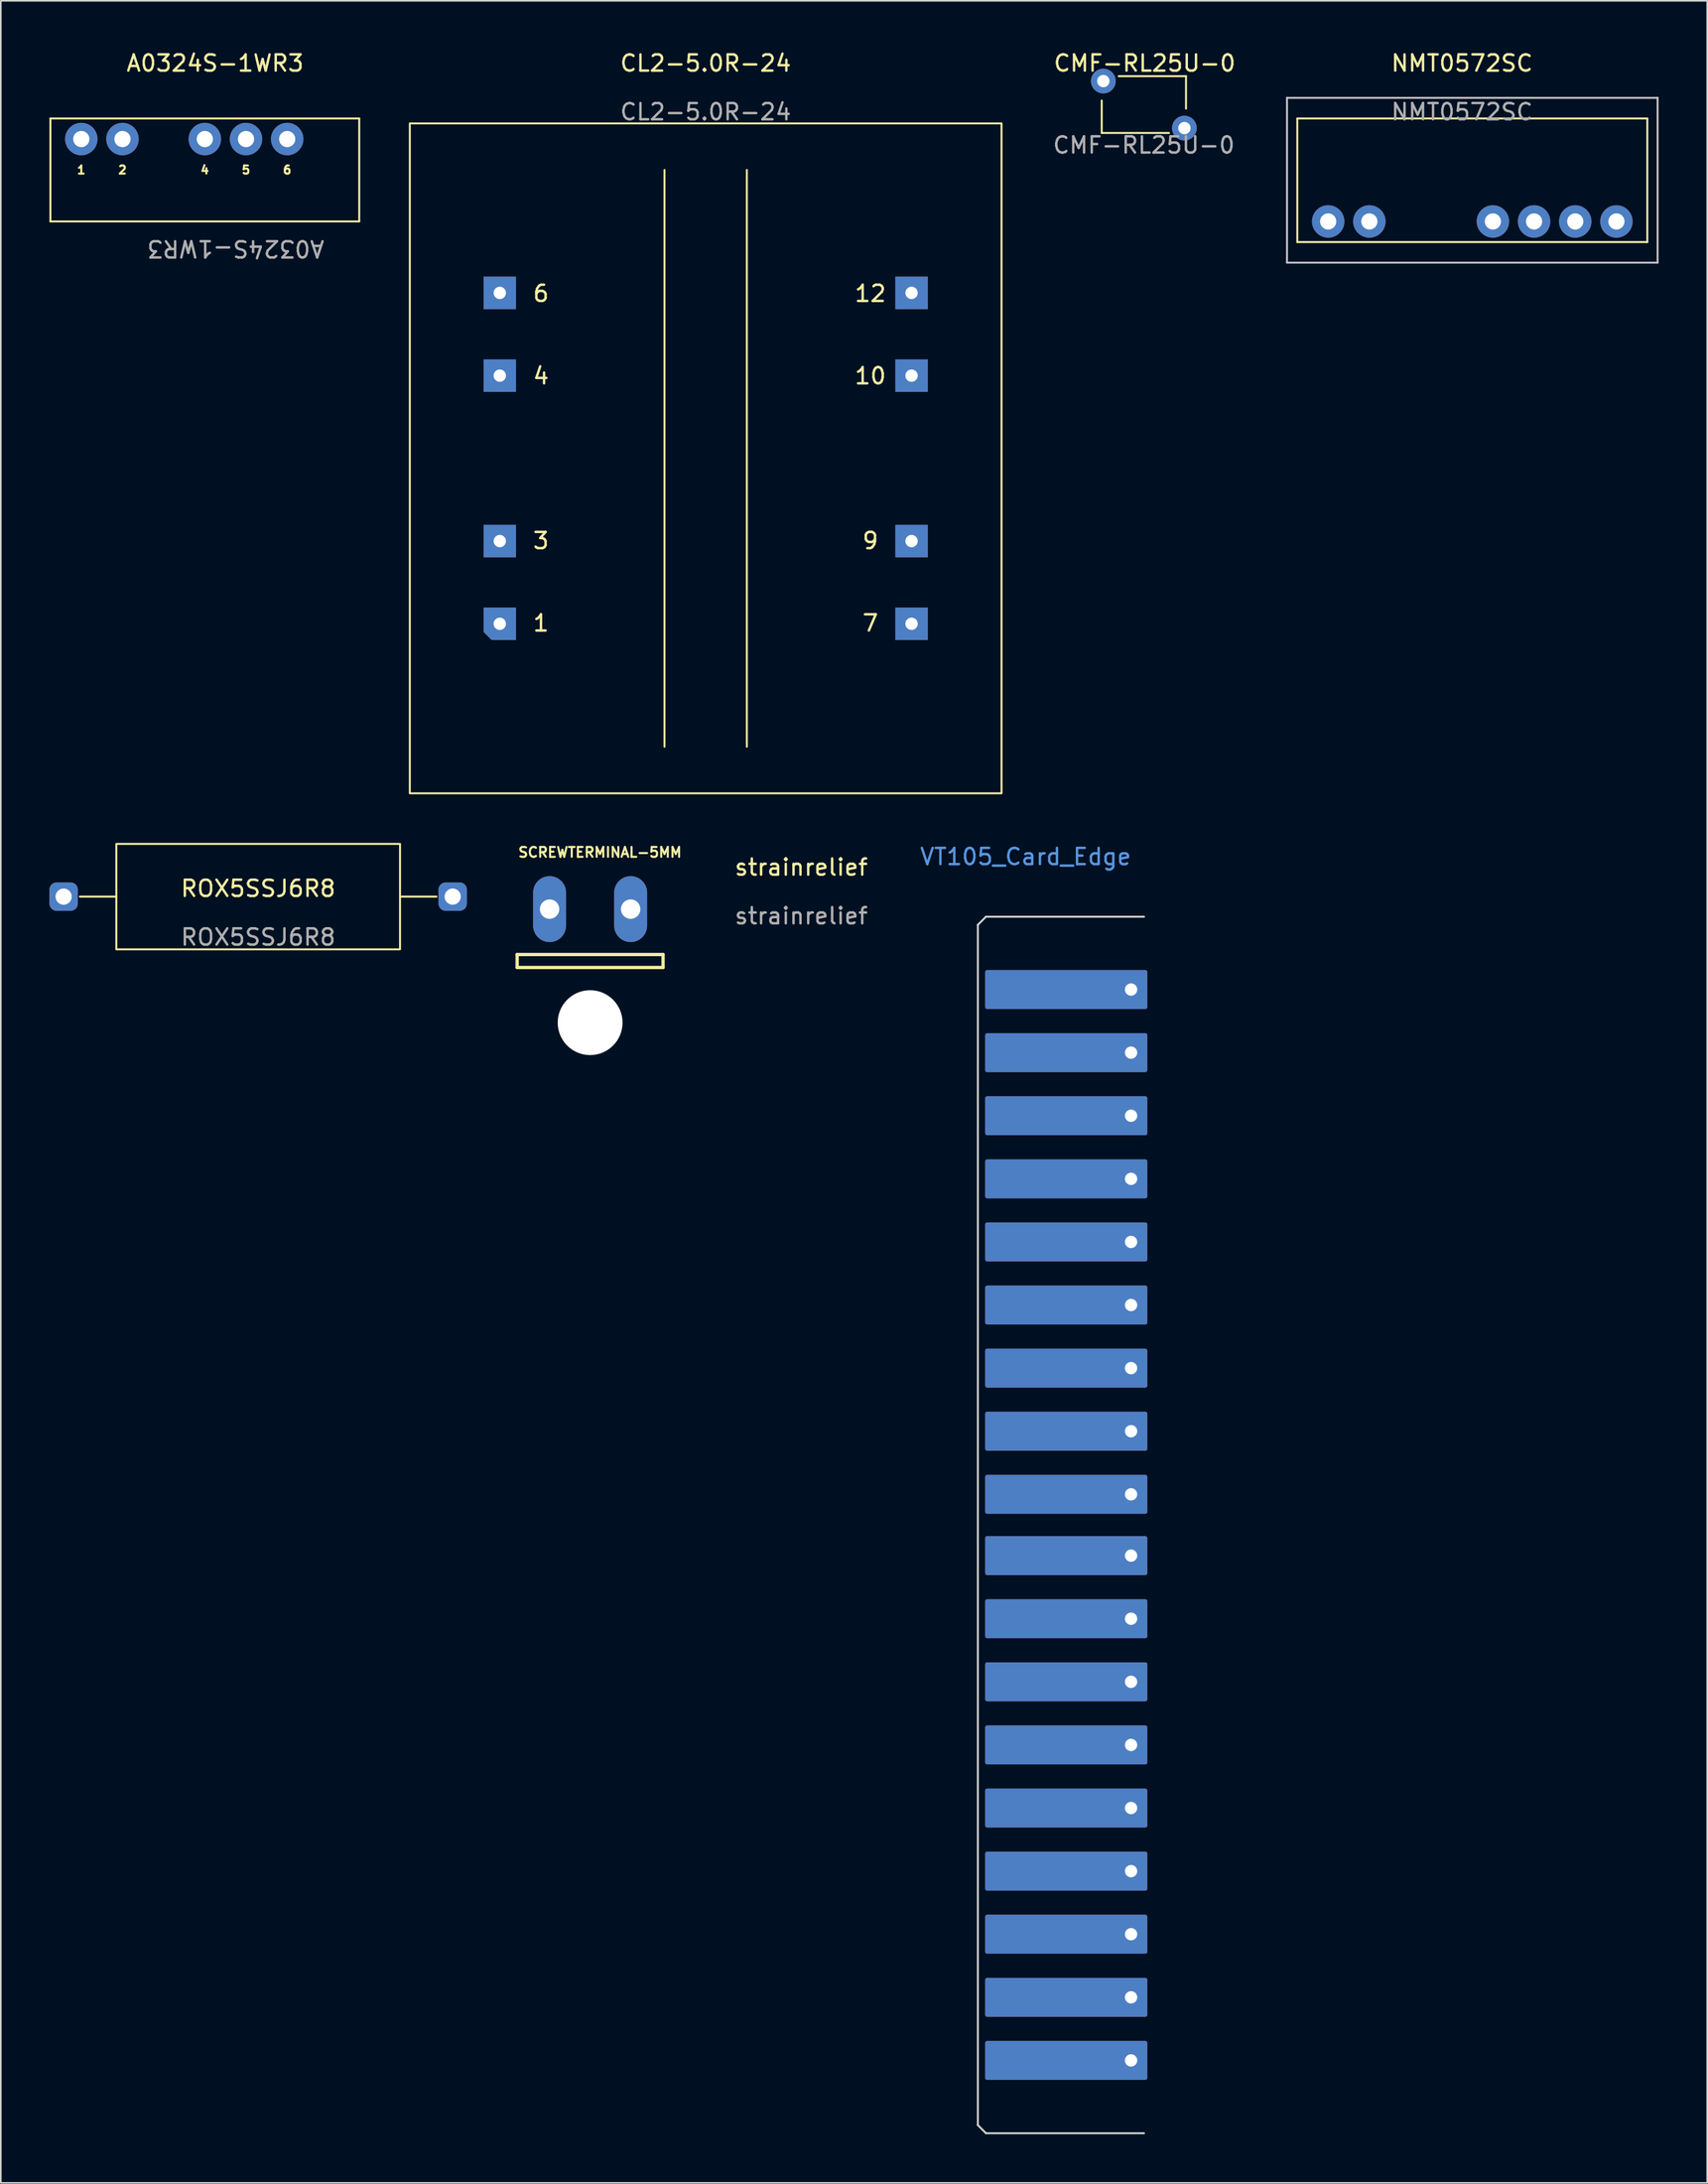
<source format=kicad_pcb>
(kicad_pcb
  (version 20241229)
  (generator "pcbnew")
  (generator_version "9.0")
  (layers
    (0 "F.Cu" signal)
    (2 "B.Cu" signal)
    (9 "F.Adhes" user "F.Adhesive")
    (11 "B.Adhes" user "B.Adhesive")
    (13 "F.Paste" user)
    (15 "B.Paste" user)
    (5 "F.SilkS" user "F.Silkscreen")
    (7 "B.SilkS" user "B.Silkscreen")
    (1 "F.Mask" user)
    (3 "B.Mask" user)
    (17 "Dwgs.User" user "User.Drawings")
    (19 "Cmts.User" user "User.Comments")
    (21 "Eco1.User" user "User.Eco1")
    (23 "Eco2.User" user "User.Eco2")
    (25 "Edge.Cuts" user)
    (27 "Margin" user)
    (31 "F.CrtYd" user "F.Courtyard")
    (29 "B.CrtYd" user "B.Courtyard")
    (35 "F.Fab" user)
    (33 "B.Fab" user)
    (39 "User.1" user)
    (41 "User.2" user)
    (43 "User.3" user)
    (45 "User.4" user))
  (footprint "strainrelief"
    (layer "F.Cu")
    (at 46.375 50.918)
    (property "Reference" "strainrelief" (at 0 -0.5 0) (unlocked yes) (layer "F.SilkS") (effects (font (size 1 1) (thickness 0.15))))
    (attr through_hole)
    (fp_text user "${REFERENCE}" (at 0 2.5 0) (unlocked yes) (layer "F.Fab") (effects (font (size 1 1) (thickness 0.15))))
    (pad "" np_thru_hole circle (at 0 0) (size 0.001 0.001) (drill oval 4) (layers "F.Cu")))
  (footprint "CL2-5.0R-24"
    (layer "F.Cu")
    (at 40.48 25.208)
    (property "Reference" "CL2-5.0R-24" (at 0 -24.36 0) (unlocked yes) (layer "F.SilkS") (effects (font (size 1 1) (thickness 0.15))))
    (attr through_hole)
    (fp_line (start -2.54 -17.78) (end -2.54 17.78) (stroke (width 0.12) (type solid)) (layer "F.SilkS"))
    (fp_line (start 2.54 -17.78) (end 2.54 17.78) (stroke (width 0.12) (type solid)) (layer "F.SilkS"))
    (fp_rect (start -18.25 -20.65) (end 18.25 20.65) (stroke (width 0.12) (type solid)) (fill no) (layer "F.SilkS"))
    (fp_text user "12" (at 10.16 -10.16 0) (unlocked yes) (layer "F.SilkS") (effects (font (size 1 1) (thickness 0.15))))
    (fp_text user "6" (at -10.16 -10.16 0) (unlocked yes) (layer "F.SilkS") (effects (font (size 1 1) (thickness 0.15))))
    (fp_text user "10" (at 10.16 -5.08 0) (unlocked yes) (layer "F.SilkS") (effects (font (size 1 1) (thickness 0.15))))
    (fp_text user "4" (at -10.16 -5.08 0) (unlocked yes) (layer "F.SilkS") (effects (font (size 1 1) (thickness 0.15))))
    (fp_text user "7" (at 10.16 10.16 0) (unlocked yes) (layer "F.SilkS") (effects (font (size 1 1) (thickness 0.15))))
    (fp_text user "3" (at -10.16 5.08 0) (unlocked yes) (layer "F.SilkS") (effects (font (size 1 1) (thickness 0.15))))
    (fp_text user "9" (at 10.16 5.08 0) (unlocked yes) (layer "F.SilkS") (effects (font (size 1 1) (thickness 0.15))))
    (fp_text user "1" (at -10.16 10.16 0) (unlocked yes) (layer "F.SilkS") (effects (font (size 1 1) (thickness 0.15))))
    (fp_text user "${REFERENCE}" (at 0 -21.36 0) (unlocked yes) (layer "F.Fab") (effects (font (size 1 1) (thickness 0.15))))
    (pad "1" thru_hole roundrect (at -12.7 10.2) (size 2 2) (drill 0.762) (layers "*.Cu" "*.Mask") (roundrect_rratio 0) (chamfer_ratio 0.25) (chamfer bottom_left))
    (pad "3" thru_hole rect (at -12.7 5.1) (size 2 2) (drill 0.762) (layers "*.Cu" "*.Mask"))
    (pad "4" thru_hole rect (at -12.7 -5.1) (size 2 2) (drill 0.762) (layers "*.Cu" "*.Mask"))
    (pad "6" thru_hole rect (at -12.7 -10.2) (size 2 2) (drill 0.762) (layers "*.Cu" "*.Mask"))
    (pad "7" thru_hole rect (at 12.7 10.2) (size 2 2) (drill 0.762) (layers "*.Cu" "*.Mask"))
    (pad "9" thru_hole rect (at 12.7 5.1) (size 2 2) (drill 0.762) (layers "*.Cu" "*.Mask"))
    (pad "10" thru_hole rect (at 12.7 -5.1) (size 2 2) (drill 0.762) (layers "*.Cu" "*.Mask"))
    (pad "12" thru_hole rect (at 12.7 -10.2) (size 2 2) (drill 0.762) (layers "*.Cu" "*.Mask")))
  (footprint "VT105_Card_Edge"
    (layer "F.Cu")
    (at 57.27 53.467)
    (property "Reference" "VT105_Card_Edge" (at 2.95 -3.7 0) (unlocked yes) (layer "Cmts.User") (effects (font (size 1 1) (thickness 0.15))))
    (fp_poly (pts (xy 8.75 75) (xy 0 75) (xy 0 0) (xy 8.75 0)) (stroke (width 0.12) (type solid)) (fill yes) (layer "F.Mask"))
    (fp_poly (pts (xy 8.75 75) (xy 0 75) (xy 0 0) (xy 8.75 0)) (stroke (width 0.12) (type solid)) (fill yes) (layer "B.Mask"))
    (fp_line (start 0 74.5) (end 0 0.5) (stroke (width 0.12) (type solid)) (layer "Edge.Cuts"))
    (fp_line (start 0 74.5) (end 0.5 75) (stroke (width 0.12) (type solid)) (layer "Edge.Cuts"))
    (fp_line (start 0.5 0) (end 0 0.5) (stroke (width 0.12) (type solid)) (layer "Edge.Cuts"))
    (fp_line (start 0.5 0) (end 10.25 0) (stroke (width 0.12) (type solid)) (layer "Edge.Cuts"))
    (fp_line (start 0.5 75) (end 10.25 75) (stroke (width 0.12) (type solid)) (layer "Edge.Cuts"))
    (pad "1" thru_hole roundrect (at 9.45 4.49 180) (size 10 2.4) (drill 0.762 (offset 4 0)) (layers "*.Cu" "*.Mask") (roundrect_rratio 0.05))
    (pad "2" thru_hole roundrect (at 9.45 8.38 180) (size 10 2.4) (drill 0.762 (offset 4 0)) (layers "*.Cu" "*.Mask") (roundrect_rratio 0.05))
    (pad "3" thru_hole roundrect (at 9.45 12.27 180) (size 10 2.4) (drill 0.762 (offset 4 0)) (layers "*.Cu" "*.Mask") (roundrect_rratio 0.05))
    (pad "4" thru_hole roundrect (at 9.45 16.16 180) (size 10 2.4) (drill 0.762 (offset 4 0)) (layers "*.Cu" "*.Mask") (roundrect_rratio 0.05))
    (pad "5" thru_hole roundrect (at 9.45 20.05 180) (size 10 2.4) (drill 0.762 (offset 4 0)) (layers "*.Cu" "*.Mask") (roundrect_rratio 0.05))
    (pad "6" thru_hole roundrect (at 9.45 23.94 180) (size 10 2.4) (drill 0.762 (offset 4 0)) (layers "*.Cu" "*.Mask") (roundrect_rratio 0.05))
    (pad "7" thru_hole roundrect (at 9.45 27.83 180) (size 10 2.4) (drill 0.762 (offset 4 0)) (layers "*.Cu" "*.Mask") (roundrect_rratio 0.05))
    (pad "8" thru_hole roundrect (at 9.45 31.72 180) (size 10 2.4) (drill 0.762 (offset 4 0)) (layers "*.Cu" "*.Mask") (roundrect_rratio 0.05))
    (pad "9" thru_hole roundrect (at 9.45 35.61 180) (size 10 2.4) (drill 0.762 (offset 4 0)) (layers "*.Cu" "*.Mask") (roundrect_rratio 0.05))
    (pad "10" thru_hole roundrect (at 9.45 39.39 180) (size 10 2.4) (drill 0.762 (offset 4 0)) (layers "*.Cu" "*.Mask") (roundrect_rratio 0.05))
    (pad "11" thru_hole roundrect (at 9.45 43.28 180) (size 10 2.4) (drill 0.762 (offset 4 0)) (layers "*.Cu" "*.Mask") (roundrect_rratio 0.05))
    (pad "12" thru_hole roundrect (at 9.45 47.17 180) (size 10 2.4) (drill 0.762 (offset 4 0)) (layers "*.Cu" "*.Mask") (roundrect_rratio 0.05))
    (pad "13" thru_hole roundrect (at 9.45 51.06 180) (size 10 2.4) (drill 0.762 (offset 4 0)) (layers "*.Cu" "*.Mask") (roundrect_rratio 0.05))
    (pad "14" thru_hole roundrect (at 9.45 54.95 180) (size 10 2.4) (drill 0.762 (offset 4 0)) (layers "*.Cu" "*.Mask") (roundrect_rratio 0.05))
    (pad "15" thru_hole roundrect (at 9.45 58.84 180) (size 10 2.4) (drill 0.762 (offset 4 0)) (layers "*.Cu" "*.Mask") (roundrect_rratio 0.05))
    (pad "16" thru_hole roundrect (at 9.45 62.73 180) (size 10 2.4) (drill 0.762 (offset 4 0)) (layers "*.Cu" "*.Mask") (roundrect_rratio 0.05))
    (pad "17" thru_hole roundrect (at 9.45 66.62 180) (size 10 2.4) (drill 0.762 (offset 4 0)) (layers "*.Cu" "*.Mask") (roundrect_rratio 0.05))
    (pad "18" thru_hole roundrect (at 9.45 70.51 180) (size 10 2.4) (drill 0.762 (offset 4 0)) (layers "*.Cu" "*.Mask") (roundrect_rratio 0.05)))
  (footprint "ROX5SSJ6R8"
    (layer "F.Cu")
    (at 12.875 52.228)
    (property "Reference" "ROX5SSJ6R8" (at 0 -0.5 0) (unlocked yes) (layer "F.SilkS") (effects (font (size 1 1) (thickness 0.15))))
    (attr through_hole)
    (fp_line (start -8.75 0) (end -11 0) (stroke (width 0.12) (type solid)) (layer "F.SilkS"))
    (fp_line (start 8.75 0) (end 11 0) (stroke (width 0.12) (type solid)) (layer "F.SilkS"))
    (fp_rect (start -8.75 -3.25) (end 8.75 3.25) (stroke (width 0.12) (type solid)) (fill no) (layer "F.SilkS"))
    (fp_text user "${REFERENCE}" (at 0 2.5 0) (unlocked yes) (layer "F.Fab") (effects (font (size 1 1) (thickness 0.15))))
    (pad "1" thru_hole roundrect (at -12 0) (size 1.75 1.75) (drill 1) (layers "*.Cu" "*.Mask") (roundrect_rratio 0.25))
    (pad "2" thru_hole roundrect (at 12 0) (size 1.75 1.75) (drill 1) (layers "*.Cu" "*.Mask") (roundrect_rratio 0.25)))
  (footprint "A0324S-1WR3‎"
    (layer "F.Cu")
    (at 9.585 0.443)
    (property "Reference" "A0324S-1WR3‎" (at 0.635 0.405 0) (unlocked yes) (layer "F.SilkS") (effects (font (size 1 1) (thickness 0.15))))
    (attr through_hole)
    (fp_line (start -9.525 3.81) (end 9.525 3.81) (stroke (width 0.12) (type solid)) (layer "F.SilkS"))
    (fp_line (start -9.525 10.16) (end -9.525 3.81) (stroke (width 0.12) (type solid)) (layer "F.SilkS"))
    (fp_line (start 9.525 3.81) (end 9.525 10.16) (stroke (width 0.12) (type solid)) (layer "F.SilkS"))
    (fp_line (start 9.525 10.16) (end -9.525 10.16) (stroke (width 0.12) (type solid)) (layer "F.SilkS"))
    (fp_text user "6" (at 5.08 6.985 0) (unlocked yes) (layer "F.SilkS") (effects (font (size 0.5 0.5) (thickness 0.125))))
    (fp_text user "5" (at 2.54 6.985 0) (unlocked yes) (layer "F.SilkS") (effects (font (size 0.5 0.5) (thickness 0.125))))
    (fp_text user "1" (at -7.62 6.985 0) (unlocked yes) (layer "F.SilkS") (effects (font (size 0.5 0.5) (thickness 0.125))))
    (fp_text user "4" (at 0 6.985 0) (unlocked yes) (layer "F.SilkS") (effects (font (size 0.5 0.5) (thickness 0.125))))
    (fp_text user "2" (at -5.08 6.985 0) (unlocked yes) (layer "F.SilkS") (effects (font (size 0.5 0.5) (thickness 0.125))))
    (fp_text user "${REFERENCE}" (at 1.905 11.835 180) (unlocked yes) (layer "F.Fab") (effects (font (size 1 1) (thickness 0.15))))
    (pad "1" thru_hole circle (at -7.62 5.08) (size 2 2) (drill 1) (layers "*.Cu" "*.Mask"))
    (pad "2" thru_hole circle (at -5.08 5.08) (size 2 2) (drill 1) (layers "*.Cu" "*.Mask"))
    (pad "4" thru_hole circle (at 0 5.08) (size 2 2) (drill 1) (layers "*.Cu" "*.Mask"))
    (pad "5" thru_hole circle (at 2.54 5.08) (size 2 2) (drill 1) (layers "*.Cu" "*.Mask"))
    (pad "6" thru_hole circle (at 5.08 5.08) (size 2 2) (drill 1) (layers "*.Cu" "*.Mask")))
  (footprint "CMF-RL25U-0"
    (layer "F.Cu")
    (at 67.51 3.398)
    (property "Reference" "CMF-RL25U-0" (at 0.05 -2.55 0) (unlocked yes) (layer "F.SilkS") (effects (font (size 1 1) (thickness 0.15))))
    (attr through_hole)
    (fp_line (start -2.6 -0.25) (end -2.6 1.75) (stroke (width 0.12) (type solid)) (layer "F.SilkS"))
    (fp_line (start -2.6 1.75) (end 1.55 1.75) (stroke (width 0.12) (type solid)) (layer "F.SilkS"))
    (fp_line (start -1.55 -1.75) (end 2.6 -1.75) (stroke (width 0.12) (type solid)) (layer "F.SilkS"))
    (fp_line (start 2.6 -1.75) (end 2.6 0.25) (stroke (width 0.12) (type solid)) (layer "F.SilkS"))
    (fp_text user "${REFERENCE}" (at 0 2.5 0) (unlocked yes) (layer "F.Fab") (effects (font (size 1 1) (thickness 0.15))))
    (pad "1" thru_hole circle (at -2.5 -1.45) (size 1.524 1.524) (drill 0.762) (layers "*.Cu" "*.Mask"))
    (pad "2" thru_hole circle (at 2.5 1.45) (size 1.524 1.524) (drill 0.762) (layers "*.Cu" "*.Mask")))
  (footprint "NMT0572SC"
    (layer "F.Cu")
    (at 86.5 0.443)
    (property "Reference" "NMT0572SC" (at 0.635 0.405 0) (unlocked yes) (layer "F.SilkS") (effects (font (size 1 1) (thickness 0.15))))
    (attr through_hole)
    (fp_line (start -9.525 3.81) (end 12.065 3.81) (stroke (width 0.12) (type solid)) (layer "F.SilkS"))
    (fp_line (start -9.525 11.43) (end -9.525 3.81) (stroke (width 0.12) (type solid)) (layer "F.SilkS"))
    (fp_line (start 12.065 3.81) (end 12.065 11.43) (stroke (width 0.12) (type solid)) (layer "F.SilkS"))
    (fp_line (start 12.065 11.43) (end -9.525 11.43) (stroke (width 0.12) (type solid)) (layer "F.SilkS"))
    (fp_line (start -10.16 2.54) (end -10.16 12.7) (stroke (width 0.12) (type solid)) (layer "Dwgs.User"))
    (fp_line (start -10.16 12.7) (end 12.7 12.7) (stroke (width 0.12) (type solid)) (layer "Dwgs.User"))
    (fp_line (start 12.7 2.54) (end -10.16 2.54) (stroke (width 0.12) (type solid)) (layer "Dwgs.User"))
    (fp_line (start 12.7 12.7) (end 12.7 2.54) (stroke (width 0.12) (type solid)) (layer "Dwgs.User"))
    (fp_text user "${REFERENCE}" (at 0.635 3.405 0) (unlocked yes) (layer "F.Fab") (effects (font (size 1 1) (thickness 0.15))))
    (pad "1" thru_hole circle (at -7.62 10.16) (size 2 2) (drill 1) (layers "*.Cu" "*.Mask"))
    (pad "2" thru_hole circle (at -5.08 10.16) (size 2 2) (drill 1) (layers "*.Cu" "*.Mask"))
    (pad "5" thru_hole circle (at 2.54 10.16) (size 2 2) (drill 1) (layers "*.Cu" "*.Mask"))
    (pad "6" thru_hole circle (at 5.08 10.16) (size 2 2) (drill 1) (layers "*.Cu" "*.Mask"))
    (pad "7" thru_hole circle (at 7.62 10.16) (size 2 2) (drill 1) (layers "*.Cu" "*.Mask"))
    (pad "8" thru_hole circle (at 10.16 10.16) (size 2 2) (drill 1) (layers "*.Cu" "*.Mask")))
  (footprint "SCREWTERMINAL-5MM"
    (layer "F.Cu")
    (at 30.852 52.998)
    (property "Reference" "SCREWTERMINAL-5MM" (at -2 -3.5 180) (layer "F.SilkS") (effects (font (size 0.61 0.61) (thickness 0.127)) (justify left)))
    (attr exclude_from_pos_files exclude_from_bom)
    (fp_line (start -2 3.599) (end -2 2.799) (stroke (width 0.203) (type solid)) (layer "F.SilkS"))
    (fp_line (start 7 2.799) (end -2 2.799) (stroke (width 0.203) (type solid)) (layer "F.SilkS"))
    (fp_line (start 7 2.799) (end 7 3.599) (stroke (width 0.203) (type solid)) (layer "F.SilkS"))
    (fp_line (start 7 3.599) (end -2 3.599) (stroke (width 0.203) (type solid)) (layer "F.SilkS"))
    (pad "" np_thru_hole circle (at 2.5 7) (size 4 4) (drill 4) (layers "*.Cu" "*.Mask"))
    (pad "1" thru_hole oval (at 0 0) (size 2.032 4.064) (drill 1.199) (layers "*.Cu" "*.Mask"))
    (pad "2" thru_hole oval (at 5 0) (size 2.032 4.064) (drill 1.199) (layers "*.Cu" "*.Mask")))
  (gr_rect
    (start -3 -3)
    (end 102.26 131.526)
    (stroke (width 0.1) (type default))
    (fill no)
    (layer "Edge.Cuts")))
</source>
